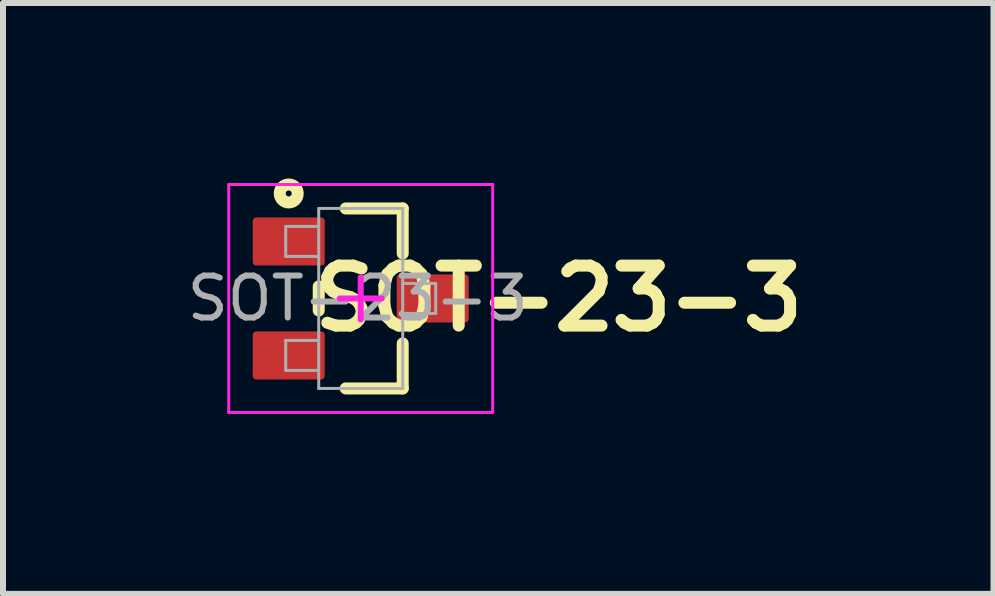
<source format=kicad_pcb>
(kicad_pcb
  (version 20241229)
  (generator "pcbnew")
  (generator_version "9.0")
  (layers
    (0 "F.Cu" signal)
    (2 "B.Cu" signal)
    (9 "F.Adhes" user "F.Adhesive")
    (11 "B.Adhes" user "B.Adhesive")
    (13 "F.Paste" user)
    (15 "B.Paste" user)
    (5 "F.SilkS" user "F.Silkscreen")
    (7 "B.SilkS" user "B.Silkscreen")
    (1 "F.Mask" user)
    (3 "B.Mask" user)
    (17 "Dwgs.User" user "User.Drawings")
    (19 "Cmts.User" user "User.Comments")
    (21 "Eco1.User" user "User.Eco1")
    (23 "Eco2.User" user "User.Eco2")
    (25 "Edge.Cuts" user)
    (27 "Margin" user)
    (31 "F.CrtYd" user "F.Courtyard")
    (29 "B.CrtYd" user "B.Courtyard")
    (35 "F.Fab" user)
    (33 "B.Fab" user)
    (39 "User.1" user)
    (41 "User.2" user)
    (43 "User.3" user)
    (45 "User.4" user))
  (footprint "SOT-23-3"
    (layer "F.Cu")
    (at 2.963 1.925)
    (property "Reference" "SOT-23-3" (at 3.3 0 0) (layer "F.SilkS") (effects (font (size 1 1) (thickness 0.2))))
    (attr through_hole)
    (fp_line (start -0.7 -0.2) (end -0.7 0.2) (stroke (width 0.2) (type solid)) (layer "F.SilkS"))
    (fp_line (start 0.7 -1.5) (end -0.25 -1.5) (stroke (width 0.2) (type solid)) (layer "F.SilkS"))
    (fp_line (start 0.7 -0.75) (end 0.7 -1.5) (stroke (width 0.2) (type solid)) (layer "F.SilkS"))
    (fp_line (start 0.7 1.5) (end -0.25 1.5) (stroke (width 0.2) (type solid)) (layer "F.SilkS"))
    (fp_line (start 0.7 1.5) (end 0.7 0.75) (stroke (width 0.2) (type solid)) (layer "F.SilkS"))
    (fp_circle (center -1.2 -1.75) (end -1.25 -1.75) (stroke (width 0.2) (type solid)) (fill no) (layer "F.SilkS"))
    (fp_line (start -2.2 -1.9) (end -2.2 1.9) (stroke (width 0.05) (type solid)) (layer "F.CrtYd"))
    (fp_line (start -2.2 1.9) (end 2.2 1.9) (stroke (width 0.05) (type solid)) (layer "F.CrtYd"))
    (fp_line (start 0 0.35) (end 0 -0.35) (stroke (width 0.1) (type solid)) (layer "F.CrtYd"))
    (fp_line (start 0.35 0) (end -0.35 0) (stroke (width 0.1) (type solid)) (layer "F.CrtYd"))
    (fp_line (start 2.2 -1.9) (end -2.2 -1.9) (stroke (width 0.05) (type solid)) (layer "F.CrtYd"))
    (fp_line (start 2.2 1.9) (end 2.2 -1.9) (stroke (width 0.05) (type solid)) (layer "F.CrtYd"))
    (fp_line (start -1.25 -1.2) (end -1.25 -0.7) (stroke (width 0.05) (type solid)) (layer "F.Fab"))
    (fp_line (start -1.25 -0.7) (end -0.7 -0.7) (stroke (width 0.05) (type solid)) (layer "F.Fab"))
    (fp_line (start -1.25 0.7) (end -1.25 1.2) (stroke (width 0.05) (type solid)) (layer "F.Fab"))
    (fp_line (start -1.25 1.2) (end -0.7 1.2) (stroke (width 0.05) (type solid)) (layer "F.Fab"))
    (fp_line (start -0.7 -1.5) (end -0.7 1.5) (stroke (width 0.05) (type solid)) (layer "F.Fab"))
    (fp_line (start -0.7 -1.2) (end -1.25 -1.2) (stroke (width 0.05) (type solid)) (layer "F.Fab"))
    (fp_line (start -0.7 0.7) (end -1.25 0.7) (stroke (width 0.05) (type solid)) (layer "F.Fab"))
    (fp_line (start -0.7 1.5) (end 0.7 1.5) (stroke (width 0.05) (type solid)) (layer "F.Fab"))
    (fp_line (start 0.7 -1.5) (end -0.7 -1.5) (stroke (width 0.05) (type solid)) (layer "F.Fab"))
    (fp_line (start 0.7 0.25) (end 1.25 0.25) (stroke (width 0.05) (type solid)) (layer "F.Fab"))
    (fp_line (start 0.7 1.5) (end 0.7 -1.5) (stroke (width 0.05) (type solid)) (layer "F.Fab"))
    (fp_line (start 1.25 -0.25) (end 0.7 -0.25) (stroke (width 0.05) (type solid)) (layer "F.Fab"))
    (fp_line (start 1.25 0.25) (end 1.25 -0.25) (stroke (width 0.05) (type solid)) (layer "F.Fab"))
    (fp_text user "${REFERENCE}" (at -0.05 0 180) (layer "F.Fab") (effects (font (size 0.7 0.7) (thickness 0.1))))
    (pad "1" smd roundrect (at -1.2 -0.95 180) (size 1.2 0.8) (layers "F.Cu" "F.Mask" "F.Paste") (roundrect_rratio 0.072))
    (pad "2" smd roundrect (at -1.2 0.95 180) (size 1.2 0.8) (layers "F.Cu" "F.Mask" "F.Paste") (roundrect_rratio 0.072))
    (pad "3" smd roundrect (at 1.2 0 180) (size 1.2 0.8) (layers "F.Cu" "F.Mask" "F.Paste") (roundrect_rratio 0.072)))
  (gr_rect
    (start -3 -3)
    (end 13.511 6.85)
    (stroke (width 0.1) (type default))
    (fill no)
    (layer "Edge.Cuts")))
</source>
